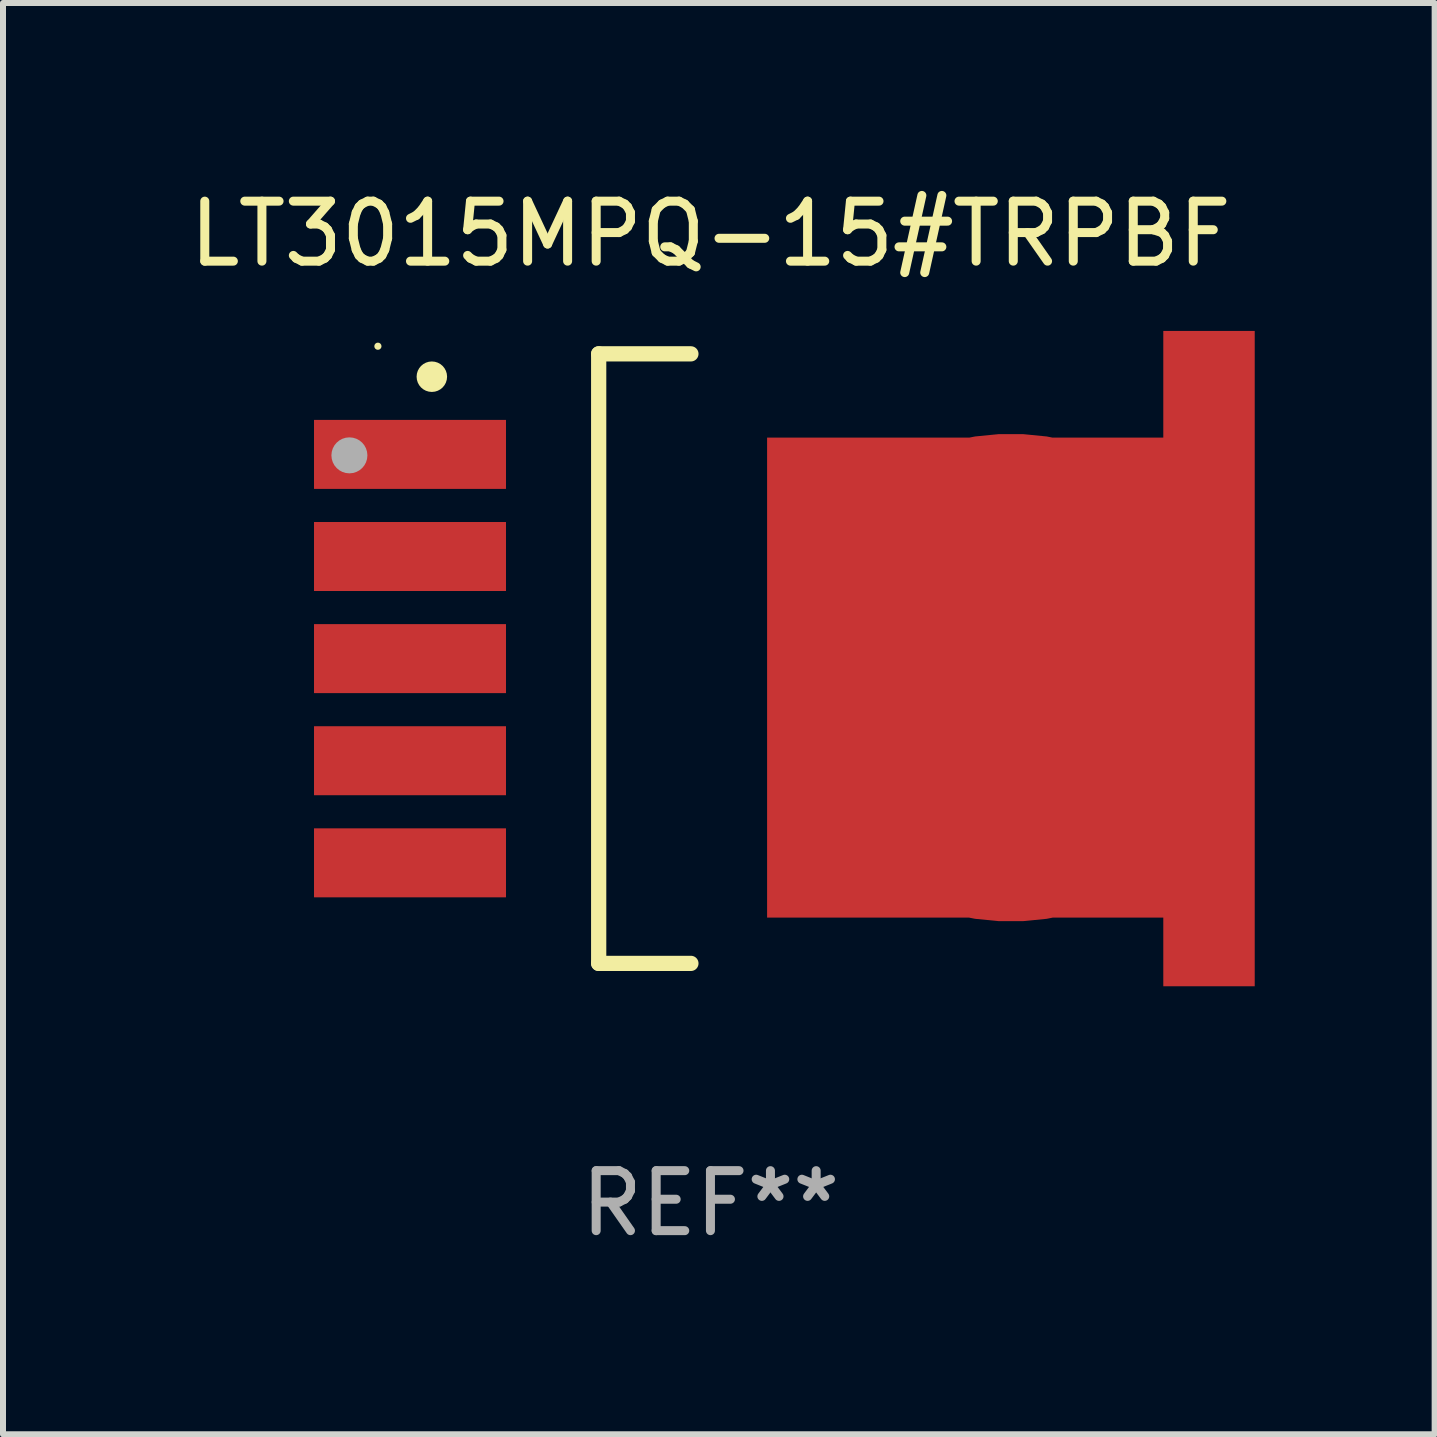
<source format=kicad_pcb>
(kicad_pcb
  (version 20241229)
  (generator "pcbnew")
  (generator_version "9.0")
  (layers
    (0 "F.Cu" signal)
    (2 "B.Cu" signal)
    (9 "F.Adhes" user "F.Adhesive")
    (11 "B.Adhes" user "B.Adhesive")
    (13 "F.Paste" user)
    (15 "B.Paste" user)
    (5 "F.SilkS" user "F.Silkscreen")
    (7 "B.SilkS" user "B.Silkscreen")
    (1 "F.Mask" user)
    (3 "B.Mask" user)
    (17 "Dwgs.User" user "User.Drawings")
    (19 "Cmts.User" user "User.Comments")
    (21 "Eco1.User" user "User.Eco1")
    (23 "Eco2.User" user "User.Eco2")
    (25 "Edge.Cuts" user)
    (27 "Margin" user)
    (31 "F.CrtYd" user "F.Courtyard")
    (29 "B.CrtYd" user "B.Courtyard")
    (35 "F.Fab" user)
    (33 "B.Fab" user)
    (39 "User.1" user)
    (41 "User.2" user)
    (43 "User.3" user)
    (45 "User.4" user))
  (footprint "LT3015MPQ-15#TRPBF"
    (layer "F.Cu")
    (at 8.792 7.928)
    (property "Reference" "LT3015MPQ-15#TRPBF" (at 0 -7.08 0) (layer "F.SilkS") (effects (font (size 1 1) (thickness 0.15))))
    (attr through_hole)
    (fp_line (start -1.863 -5.08) (end -0.326 -5.08) (stroke (width 0.254) (type solid)) (layer "F.SilkS"))
    (fp_line (start -1.863 5.08) (end -1.863 -5.08) (stroke (width 0.254) (type solid)) (layer "F.SilkS"))
    (fp_line (start -0.326 5.08) (end -1.863 5.08) (stroke (width 0.254) (type solid)) (layer "F.SilkS"))
    (fp_circle (center -5.543 -5.207) (end -5.513 -5.207) (stroke (width 0.06) (type solid)) (fill no) (layer "F.SilkS"))
    (fp_circle (center -4.644 -4.699) (end -4.517 -4.699) (stroke (width 0.254) (type solid)) (fill no) (layer "F.SilkS"))
    (fp_circle (center -6.018 -3.388) (end -5.868 -3.388) (stroke (width 0.3) (type solid)) (fill no) (layer "F.Fab"))
    (fp_text user "REF**" (at 0 9.08 0) (layer "F.Fab") (effects (font (size 1 1) (thickness 0.15))))
    (pad "1" smd rect (at -5.008 -3.404) (size 3.2 1.15) (layers "F.Cu" "F.Mask" "F.Paste"))
    (pad "2" smd rect (at -5.008 -1.702) (size 3.2 1.15) (layers "F.Cu" "F.Mask" "F.Paste"))
    (pad "3" smd rect (at -5.008 -0.000025) (size 3.2 1.15) (layers "F.Cu" "F.Mask" "F.Paste"))
    (pad "4" smd rect (at -5.008 1.702) (size 3.2 1.15) (layers "F.Cu" "F.Mask" "F.Paste"))
    (pad "5" smd rect (at -5.008 3.404) (size 3.2 1.15) (layers "F.Cu" "F.Mask" "F.Paste"))
    (pad "6" smd custom (at 5.008 0.317) (size 8.128 10.922) (layers "F.Cu" "F.Mask" "F.Paste") (options (anchor circle)) (primitives (gr_poly (pts (xy -4.064 -4.001) (xy 2.54 -4.001) (xy 2.54 -5.779) (xy 4.064 -5.779) (xy 4.064 5.144) (xy 2.54 5.144) (xy 2.54 4) (xy -4.064 4)) (width 0) (fill yes)))))
  (gr_rect
    (start -3 -3)
    (end 20.863 20.857)
    (stroke (width 0.1) (type default))
    (fill no)
    (layer "Edge.Cuts")))
</source>
